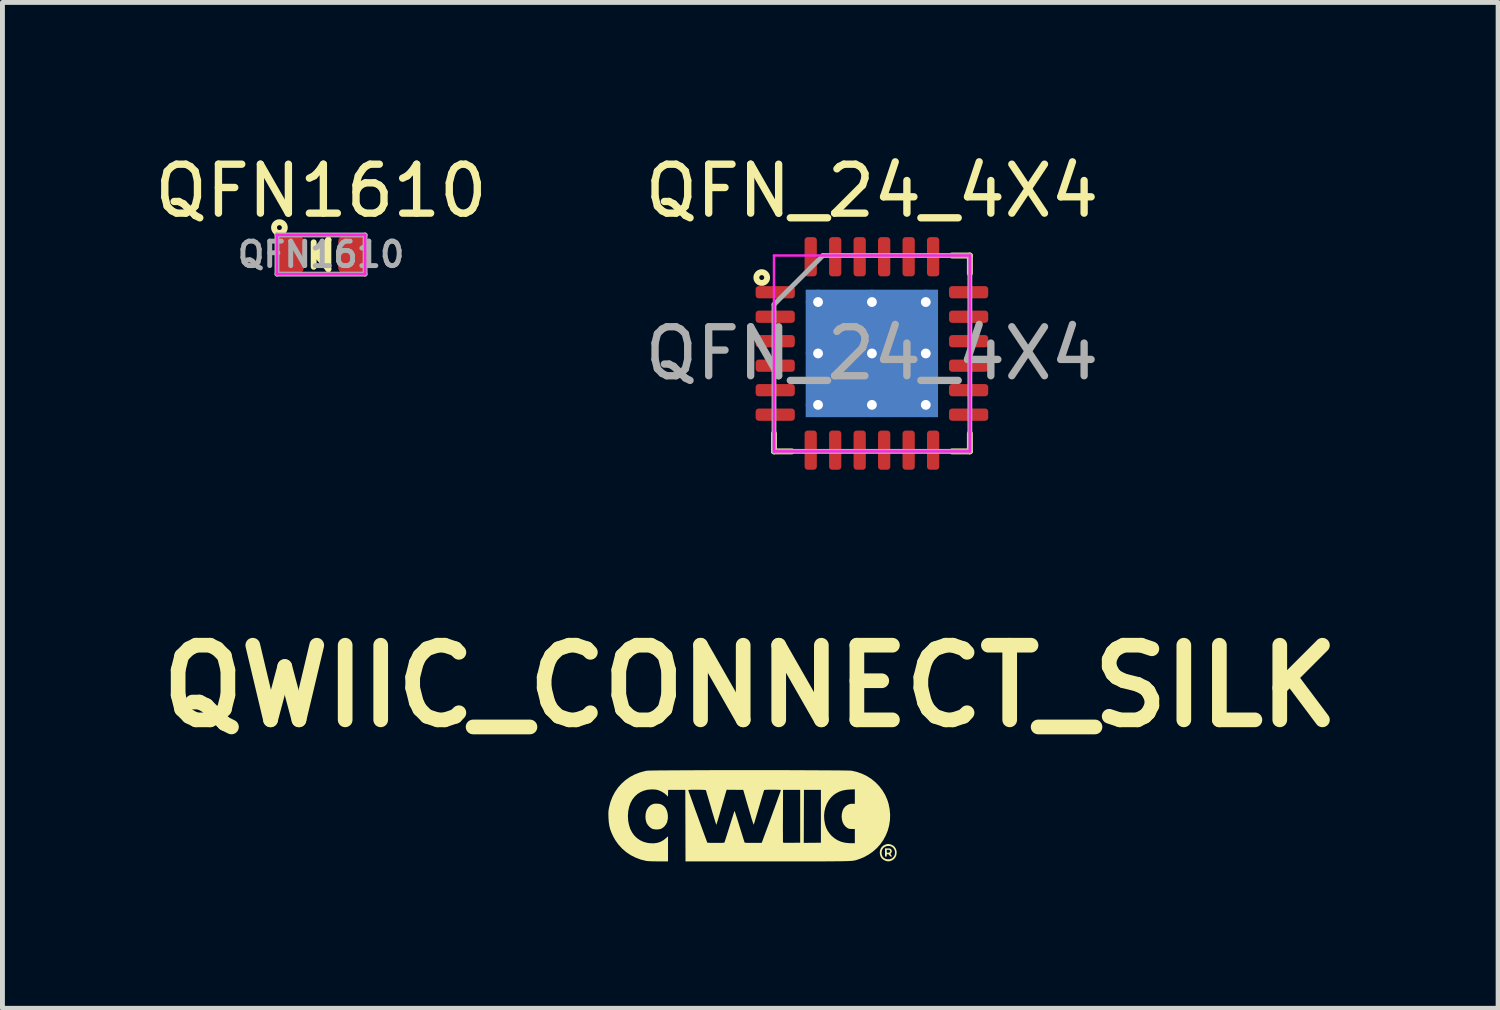
<source format=kicad_pcb>
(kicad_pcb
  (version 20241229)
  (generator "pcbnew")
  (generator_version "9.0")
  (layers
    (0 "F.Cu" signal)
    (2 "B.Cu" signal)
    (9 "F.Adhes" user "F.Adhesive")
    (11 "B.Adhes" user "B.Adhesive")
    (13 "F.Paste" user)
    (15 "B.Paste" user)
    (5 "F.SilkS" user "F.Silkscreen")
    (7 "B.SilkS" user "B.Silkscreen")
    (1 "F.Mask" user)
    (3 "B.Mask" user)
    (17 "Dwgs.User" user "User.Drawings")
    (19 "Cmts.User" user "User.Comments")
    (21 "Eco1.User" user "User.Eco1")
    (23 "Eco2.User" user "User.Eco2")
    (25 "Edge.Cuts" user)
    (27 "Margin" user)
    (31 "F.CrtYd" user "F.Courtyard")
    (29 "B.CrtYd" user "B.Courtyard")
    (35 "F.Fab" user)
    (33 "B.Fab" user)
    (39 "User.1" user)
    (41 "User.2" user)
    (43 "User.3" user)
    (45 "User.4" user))
  (footprint "QFN1610"
    (layer "F.Cu")
    (at 3.506 2.148)
    (property "Reference" "QFN1610" (at 0 -1.3 0) (unlocked yes) (layer "F.SilkS") (effects (font (size 1 1) (thickness 0.15))))
    (attr smd)
    (fp_line (start -0.15 -0.25) (end -0.15 0.25) (stroke (width 0.12) (type solid)) (layer "F.SilkS"))
    (fp_line (start -0.1 0) (end 0.15 0.3) (stroke (width 0.12) (type solid)) (layer "F.SilkS"))
    (fp_line (start 0 0.05) (end 0.1 0.1) (stroke (width 0.12) (type solid)) (layer "F.SilkS"))
    (fp_line (start 0.1 0.1) (end 0.05 -0.05) (stroke (width 0.12) (type solid)) (layer "F.SilkS"))
    (fp_line (start 0.15 -0.3) (end -0.1 0) (stroke (width 0.12) (type solid)) (layer "F.SilkS"))
    (fp_line (start 0.15 -0.3) (end 0 0.05) (stroke (width 0.12) (type solid)) (layer "F.SilkS"))
    (fp_line (start 0.15 0.3) (end 0.15 -0.3) (stroke (width 0.12) (type solid)) (layer "F.SilkS"))
    (fp_circle (center -0.85 -0.55) (end -0.9 -0.55) (stroke (width 0.12) (type solid)) (fill no) (layer "F.SilkS"))
    (fp_line (start -0.9 -0.4) (end 0.9 -0.4) (stroke (width 0.05) (type solid)) (layer "F.CrtYd"))
    (fp_line (start -0.9 0.4) (end -0.9 -0.4) (stroke (width 0.05) (type solid)) (layer "F.CrtYd"))
    (fp_line (start 0.9 -0.4) (end 0.9 0.4) (stroke (width 0.05) (type solid)) (layer "F.CrtYd"))
    (fp_line (start 0.9 0.4) (end -0.9 0.4) (stroke (width 0.05) (type solid)) (layer "F.CrtYd"))
    (fp_line (start -0.9 -0.4) (end 0.9 -0.4) (stroke (width 0.1) (type solid)) (layer "F.Fab"))
    (fp_line (start -0.9 0.4) (end -0.9 -0.4) (stroke (width 0.1) (type solid)) (layer "F.Fab"))
    (fp_line (start 0.9 -0.4) (end 0.9 0.4) (stroke (width 0.1) (type solid)) (layer "F.Fab"))
    (fp_line (start 0.9 0.4) (end -0.9 0.4) (stroke (width 0.1) (type solid)) (layer "F.Fab"))
    (fp_text user "${REFERENCE}" (at 0 0 0) (unlocked yes) (layer "F.Fab") (effects (font (size 0.5 0.5) (thickness 0.1))))
    (pad "1" smd roundrect (at -0.625 0) (size 0.55 0.8) (layers "F.Cu" "F.Mask" "F.Paste") (roundrect_rratio 0.25))
    (pad "2" smd roundrect (at 0.625 0) (size 0.55 0.8) (layers "F.Cu" "F.Mask" "F.Paste") (roundrect_rratio 0.25)))
  (footprint "QFN_24_4X4"
    (layer "F.Cu")
    (at 14.756 4.168)
    (property "Reference" "QFN_24_4X4" (at 0 -3.32 0) (layer "F.SilkS") (effects (font (size 1 1) (thickness 0.15))))
    (attr smd)
    (fp_line (start -2 2) (end -2 1.635) (stroke (width 0.12) (type solid)) (layer "F.SilkS"))
    (fp_line (start -1.635 2) (end -2 2) (stroke (width 0.12) (type solid)) (layer "F.SilkS"))
    (fp_line (start 1.635 -2) (end 2 -2) (stroke (width 0.12) (type solid)) (layer "F.SilkS"))
    (fp_line (start 1.635 2) (end 2 2) (stroke (width 0.12) (type solid)) (layer "F.SilkS"))
    (fp_line (start 2 -2) (end 2 -1.635) (stroke (width 0.12) (type solid)) (layer "F.SilkS"))
    (fp_line (start 2 2) (end 2 1.635) (stroke (width 0.12) (type solid)) (layer "F.SilkS"))
    (fp_circle (center -2.25 -1.55) (end -2.2 -1.55) (stroke (width 0.12) (type solid)) (fill no) (layer "F.SilkS"))
    (fp_line (start -2 -2) (end -2 2) (stroke (width 0.05) (type solid)) (layer "F.CrtYd"))
    (fp_line (start -2 2) (end 2 2) (stroke (width 0.05) (type solid)) (layer "F.CrtYd"))
    (fp_line (start 2 -2) (end -2 -2) (stroke (width 0.05) (type solid)) (layer "F.CrtYd"))
    (fp_line (start 2 2) (end 2 -2) (stroke (width 0.05) (type solid)) (layer "F.CrtYd"))
    (fp_line (start -2 -1) (end -1 -2) (stroke (width 0.1) (type solid)) (layer "F.Fab"))
    (fp_line (start -2 2) (end -2 -1) (stroke (width 0.1) (type solid)) (layer "F.Fab"))
    (fp_line (start -1 -2) (end 2 -2) (stroke (width 0.1) (type solid)) (layer "F.Fab"))
    (fp_line (start 2 -2) (end 2 2) (stroke (width 0.1) (type solid)) (layer "F.Fab"))
    (fp_line (start 2 2) (end -2 2) (stroke (width 0.1) (type solid)) (layer "F.Fab"))
    (fp_text user "${REFERENCE}" (at 0 0 0) (layer "F.Fab") (effects (font (size 1 1) (thickness 0.15))))
    (pad "" smd roundrect (at -0.675 -0.65) (size 1.17 1.13) (layers "F.Paste") (roundrect_rratio 0.221))
    (pad "" smd roundrect (at -0.675 0.65) (size 1.17 1.13) (layers "F.Paste") (roundrect_rratio 0.221))
    (pad "" smd roundrect (at 0.675 -0.65) (size 1.17 1.13) (layers "F.Paste") (roundrect_rratio 0.221))
    (pad "" smd roundrect (at 0.675 0.65) (size 1.17 1.13) (layers "F.Paste") (roundrect_rratio 0.221))
    (pad "1" smd roundrect (at -1.975 -1.25) (size 0.8 0.25) (layers "F.Cu" "F.Mask" "F.Paste") (roundrect_rratio 0.25))
    (pad "2" smd roundrect (at -1.975 -0.75) (size 0.8 0.25) (layers "F.Cu" "F.Mask" "F.Paste") (roundrect_rratio 0.25))
    (pad "3" smd roundrect (at -1.975 -0.25) (size 0.8 0.25) (layers "F.Cu" "F.Mask" "F.Paste") (roundrect_rratio 0.25))
    (pad "4" smd roundrect (at -1.975 0.25) (size 0.8 0.25) (layers "F.Cu" "F.Mask" "F.Paste") (roundrect_rratio 0.25))
    (pad "5" smd roundrect (at -1.975 0.75) (size 0.8 0.25) (layers "F.Cu" "F.Mask" "F.Paste") (roundrect_rratio 0.25))
    (pad "6" smd roundrect (at -1.975 1.25) (size 0.8 0.25) (layers "F.Cu" "F.Mask" "F.Paste") (roundrect_rratio 0.25))
    (pad "7" smd roundrect (at -1.25 1.975) (size 0.25 0.8) (layers "F.Cu" "F.Mask" "F.Paste") (roundrect_rratio 0.25))
    (pad "8" smd roundrect (at -0.75 1.975) (size 0.25 0.8) (layers "F.Cu" "F.Mask" "F.Paste") (roundrect_rratio 0.25))
    (pad "9" smd roundrect (at -0.25 1.975) (size 0.25 0.8) (layers "F.Cu" "F.Mask" "F.Paste") (roundrect_rratio 0.25))
    (pad "10" smd roundrect (at 0.25 1.975) (size 0.25 0.8) (layers "F.Cu" "F.Mask" "F.Paste") (roundrect_rratio 0.25))
    (pad "11" smd roundrect (at 0.75 1.975) (size 0.25 0.8) (layers "F.Cu" "F.Mask" "F.Paste") (roundrect_rratio 0.25))
    (pad "12" smd roundrect (at 1.25 1.975) (size 0.25 0.8) (layers "F.Cu" "F.Mask" "F.Paste") (roundrect_rratio 0.25))
    (pad "13" smd roundrect (at 1.975 1.25) (size 0.8 0.25) (layers "F.Cu" "F.Mask" "F.Paste") (roundrect_rratio 0.25))
    (pad "14" smd roundrect (at 1.975 0.75) (size 0.8 0.25) (layers "F.Cu" "F.Mask" "F.Paste") (roundrect_rratio 0.25))
    (pad "15" smd roundrect (at 1.975 0.25) (size 0.8 0.25) (layers "F.Cu" "F.Mask" "F.Paste") (roundrect_rratio 0.25))
    (pad "16" smd roundrect (at 1.975 -0.25) (size 0.8 0.25) (layers "F.Cu" "F.Mask" "F.Paste") (roundrect_rratio 0.25))
    (pad "17" smd roundrect (at 1.975 -0.75) (size 0.8 0.25) (layers "F.Cu" "F.Mask" "F.Paste") (roundrect_rratio 0.25))
    (pad "18" smd roundrect (at 1.975 -1.25) (size 0.8 0.25) (layers "F.Cu" "F.Mask" "F.Paste") (roundrect_rratio 0.25))
    (pad "19" smd roundrect (at 1.25 -1.975) (size 0.25 0.8) (layers "F.Cu" "F.Mask" "F.Paste") (roundrect_rratio 0.25))
    (pad "20" smd roundrect (at 0.75 -1.975) (size 0.25 0.8) (layers "F.Cu" "F.Mask" "F.Paste") (roundrect_rratio 0.25))
    (pad "21" smd roundrect (at 0.25 -1.975) (size 0.25 0.8) (layers "F.Cu" "F.Mask" "F.Paste") (roundrect_rratio 0.25))
    (pad "22" smd roundrect (at -0.25 -1.975) (size 0.25 0.8) (layers "F.Cu" "F.Mask" "F.Paste") (roundrect_rratio 0.25))
    (pad "23" smd roundrect (at -0.75 -1.975) (size 0.25 0.8) (layers "F.Cu" "F.Mask" "F.Paste") (roundrect_rratio 0.25))
    (pad "24" smd roundrect (at -1.25 -1.975) (size 0.25 0.8) (layers "F.Cu" "F.Mask" "F.Paste") (roundrect_rratio 0.25))
    (pad "25" thru_hole circle (at -1.1 -1.05) (size 0.5 0.5) (drill 0.2) (layers "*.Cu"))
    (pad "25" thru_hole circle (at -1.1 0) (size 0.5 0.5) (drill 0.2) (layers "*.Cu"))
    (pad "25" thru_hole circle (at -1.1 1.05) (size 0.5 0.5) (drill 0.2) (layers "*.Cu"))
    (pad "25" thru_hole circle (at 0 -1.05) (size 0.5 0.5) (drill 0.2) (layers "*.Cu"))
    (pad "25" thru_hole circle (at 0 0) (size 0.5 0.5) (drill 0.2) (layers "*.Cu"))
    (pad "25" smd rect (at 0 0) (size 2.7 2.6) (layers "F.Cu" "F.Mask"))
    (pad "25" smd rect (at 0 0) (size 2.7 2.6) (layers "B.Cu"))
    (pad "25" thru_hole circle (at 0 1.05) (size 0.5 0.5) (drill 0.2) (layers "*.Cu"))
    (pad "25" thru_hole circle (at 1.1 -1.05) (size 0.5 0.5) (drill 0.2) (layers "*.Cu"))
    (pad "25" thru_hole circle (at 1.1 0) (size 0.5 0.5) (drill 0.2) (layers "*.Cu"))
    (pad "25" thru_hole circle (at 1.1 1.05) (size 0.5 0.5) (drill 0.2) (layers "*.Cu")))
  (footprint "QWIIC_CONNECT_SILK"
    (layer "F.Cu")
    (at 12.272 13.561)
    (property "Reference" "QWIIC_CONNECT_SILK" (at 0 -2.6 0) (layer "F.SilkS") (effects (font (size 1.524 1.524) (thickness 0.3))))
    (attr board_only exclude_from_pos_files exclude_from_bom)
    (fp_poly (pts (xy -1.863 -0.196) (xy -1.823 -0.186) (xy -1.788 -0.167) (xy -1.762 -0.147) (xy -1.73 -0.111) (xy -1.707 -0.065) (xy -1.69 -0.012) (xy -1.683 0.044) (xy -1.683 0.102) (xy -1.694 0.159) (xy -1.702 0.187) (xy -1.722 0.224) (xy -1.749 0.26) (xy -1.782 0.29) (xy -1.817 0.312) (xy -1.83 0.317) (xy -1.867 0.325) (xy -1.91 0.328) (xy -1.953 0.326) (xy -1.991 0.318) (xy -1.995 0.317) (xy -2.027 0.3) (xy -2.059 0.274) (xy -2.089 0.241) (xy -2.112 0.206) (xy -2.12 0.187) (xy -2.136 0.13) (xy -2.141 0.069) (xy -2.137 0.008) (xy -2.123 -0.048) (xy -2.11 -0.078) (xy -2.082 -0.123) (xy -2.047 -0.158) (xy -2.011 -0.18) (xy -1.988 -0.19) (xy -1.967 -0.196) (xy -1.943 -0.199) (xy -1.911 -0.199)) (stroke (width 0) (type solid)) (fill yes) (layer "F.SilkS"))
    (fp_poly (pts (xy 2.832 0.715) (xy 2.851 0.717) (xy 2.863 0.722) (xy 2.873 0.73) (xy 2.874 0.731) (xy 2.889 0.754) (xy 2.89 0.78) (xy 2.878 0.806) (xy 2.877 0.808) (xy 2.862 0.826) (xy 2.877 0.85) (xy 2.888 0.868) (xy 2.89 0.878) (xy 2.885 0.882) (xy 2.875 0.882) (xy 2.858 0.877) (xy 2.843 0.859) (xy 2.842 0.858) (xy 2.829 0.841) (xy 2.815 0.834) (xy 2.807 0.833) (xy 2.793 0.835) (xy 2.788 0.842) (xy 2.786 0.858) (xy 2.785 0.874) (xy 2.779 0.881) (xy 2.769 0.882) (xy 2.751 0.882) (xy 2.751 0.769) (xy 2.786 0.769) (xy 2.788 0.787) (xy 2.79 0.799) (xy 2.791 0.8) (xy 2.804 0.805) (xy 2.825 0.802) (xy 2.838 0.798) (xy 2.853 0.787) (xy 2.856 0.775) (xy 2.852 0.756) (xy 2.837 0.745) (xy 2.813 0.742) (xy 2.796 0.743) (xy 2.788 0.748) (xy 2.786 0.762) (xy 2.786 0.769) (xy 2.751 0.769) (xy 2.751 0.714) (xy 2.804 0.714)) (stroke (width 0) (type solid)) (fill yes) (layer "F.SilkS"))
    (fp_poly (pts (xy 2.841 0.627) (xy 2.87 0.634) (xy 2.914 0.654) (xy 2.948 0.684) (xy 2.973 0.722) (xy 2.987 0.768) (xy 2.989 0.8) (xy 2.983 0.851) (xy 2.965 0.894) (xy 2.937 0.931) (xy 2.899 0.957) (xy 2.868 0.97) (xy 2.836 0.978) (xy 2.81 0.979) (xy 2.783 0.974) (xy 2.76 0.967) (xy 2.718 0.946) (xy 2.685 0.917) (xy 2.662 0.882) (xy 2.649 0.842) (xy 2.645 0.807) (xy 2.681 0.807) (xy 2.687 0.846) (xy 2.702 0.881) (xy 2.721 0.904) (xy 2.756 0.926) (xy 2.797 0.937) (xy 2.84 0.937) (xy 2.881 0.924) (xy 2.885 0.922) (xy 2.918 0.897) (xy 2.941 0.866) (xy 2.953 0.83) (xy 2.956 0.792) (xy 2.949 0.754) (xy 2.931 0.72) (xy 2.904 0.691) (xy 2.883 0.678) (xy 2.844 0.666) (xy 2.803 0.665) (xy 2.763 0.676) (xy 2.728 0.697) (xy 2.701 0.727) (xy 2.699 0.732) (xy 2.685 0.767) (xy 2.681 0.807) (xy 2.645 0.807) (xy 2.644 0.801) (xy 2.649 0.76) (xy 2.663 0.72) (xy 2.686 0.685) (xy 2.718 0.657) (xy 2.759 0.636) (xy 2.766 0.634) (xy 2.796 0.626) (xy 2.818 0.624)) (stroke (width 0) (type solid)) (fill yes) (layer "F.SilkS"))
    (fp_poly (pts (xy 0.065 -0.883) (xy 0.214 -0.883) (xy 0.363 -0.883) (xy 0.509 -0.883) (xy 0.654 -0.883) (xy 0.795 -0.883) (xy 0.932 -0.882) (xy 1.065 -0.882) (xy 1.193 -0.881) (xy 1.314 -0.881) (xy 1.43 -0.88) (xy 1.537 -0.88) (xy 1.637 -0.879) (xy 1.729 -0.878) (xy 1.811 -0.878) (xy 1.883 -0.877) (xy 1.944 -0.876) (xy 1.995 -0.875) (xy 2.033 -0.874) (xy 2.058 -0.873) (xy 2.069 -0.872) (xy 2.178 -0.847) (xy 2.283 -0.81) (xy 2.382 -0.762) (xy 2.474 -0.703) (xy 2.558 -0.634) (xy 2.633 -0.556) (xy 2.699 -0.47) (xy 2.755 -0.376) (xy 2.799 -0.276) (xy 2.825 -0.192) (xy 2.847 -0.08) (xy 2.856 0.032) (xy 2.852 0.141) (xy 2.835 0.248) (xy 2.807 0.352) (xy 2.767 0.45) (xy 2.716 0.544) (xy 2.655 0.631) (xy 2.583 0.71) (xy 2.502 0.782) (xy 2.412 0.844) (xy 2.314 0.897) (xy 2.217 0.935) (xy 2.203 0.94) (xy 2.19 0.944) (xy 2.178 0.948) (xy 2.167 0.952) (xy 2.155 0.955) (xy 2.142 0.959) (xy 2.128 0.962) (xy 2.112 0.964) (xy 2.094 0.967) (xy 2.073 0.969) (xy 2.048 0.971) (xy 2.019 0.972) (xy 1.985 0.974) (xy 1.947 0.975) (xy 1.902 0.976) (xy 1.851 0.977) (xy 1.794 0.978) (xy 1.729 0.978) (xy 1.656 0.979) (xy 1.575 0.979) (xy 1.484 0.98) (xy 1.384 0.98) (xy 1.274 0.98) (xy 1.153 0.98) (xy 1.022 0.98) (xy 0.878 0.98) (xy 0.722 0.98) (xy 0.553 0.98) (xy 0.371 0.98) (xy -1.323 0.98) (xy -1.324 0.602) (xy 1.092 0.602) (xy 1.267 0.6) (xy 1.442 0.599) (xy 1.442 0.043) (xy 1.507 0.043) (xy 1.511 0.129) (xy 1.512 0.135) (xy 1.526 0.218) (xy 1.549 0.292) (xy 1.582 0.358) (xy 1.625 0.418) (xy 1.662 0.459) (xy 1.722 0.51) (xy 1.787 0.55) (xy 1.858 0.58) (xy 1.936 0.599) (xy 2.023 0.608) (xy 2.057 0.608) (xy 2.135 0.609) (xy 2.135 0.319) (xy 2.078 0.318) (xy 2.044 0.317) (xy 2.019 0.314) (xy 1.999 0.307) (xy 1.99 0.303) (xy 1.948 0.272) (xy 1.913 0.232) (xy 1.888 0.184) (xy 1.872 0.128) (xy 1.866 0.067) (xy 1.869 0.013) (xy 1.883 -0.048) (xy 1.905 -0.098) (xy 1.937 -0.138) (xy 1.978 -0.168) (xy 1.99 -0.175) (xy 2.017 -0.187) (xy 2.04 -0.193) (xy 2.067 -0.196) (xy 2.084 -0.196) (xy 2.135 -0.196) (xy 2.135 -0.492) (xy 2.039 -0.488) (xy 1.955 -0.481) (xy 1.88 -0.466) (xy 1.812 -0.442) (xy 1.749 -0.408) (xy 1.705 -0.378) (xy 1.65 -0.327) (xy 1.602 -0.266) (xy 1.563 -0.197) (xy 1.534 -0.121) (xy 1.515 -0.041) (xy 1.507 0.043) (xy 1.442 0.043) (xy 1.442 -0.48) (xy 1.096 -0.48) (xy 1.094 0.061) (xy 1.092 0.602) (xy -1.324 0.602) (xy -1.325 0.25) (xy -1.327 -0.477) (xy -1.267 -0.477) (xy -1.265 -0.469) (xy -1.258 -0.45) (xy -1.248 -0.42) (xy -1.233 -0.38) (xy -1.216 -0.333) (xy -1.196 -0.277) (xy -1.174 -0.216) (xy -1.151 -0.151) (xy -1.126 -0.081) (xy -1.1 -0.01) (xy -1.073 0.063) (xy -1.047 0.136) (xy -1.021 0.207) (xy -0.996 0.276) (xy -0.972 0.342) (xy -0.95 0.402) (xy -0.93 0.457) (xy -0.912 0.504) (xy -0.898 0.543) (xy -0.887 0.572) (xy -0.88 0.591) (xy -0.878 0.597) (xy -0.87 0.598) (xy -0.85 0.6) (xy -0.82 0.601) (xy -0.783 0.602) (xy -0.738 0.602) (xy -0.703 0.602) (xy -0.65 0.602) (xy -0.609 0.602) (xy -0.578 0.601) (xy -0.556 0.6) (xy -0.542 0.598) (xy -0.533 0.596) (xy -0.528 0.593) (xy -0.526 0.59) (xy -0.523 0.581) (xy -0.516 0.56) (xy -0.506 0.528) (xy -0.493 0.487) (xy -0.477 0.439) (xy -0.46 0.383) (xy -0.441 0.323) (xy -0.423 0.266) (xy -0.404 0.203) (xy -0.385 0.143) (xy -0.368 0.09) (xy -0.353 0.043) (xy -0.341 0.004) (xy -0.331 -0.026) (xy -0.325 -0.044) (xy -0.322 -0.051) (xy -0.32 -0.045) (xy -0.313 -0.028) (xy -0.303 0.001) (xy -0.291 0.039) (xy -0.276 0.085) (xy -0.259 0.138) (xy -0.24 0.197) (xy -0.221 0.261) (xy -0.221 0.261) (xy -0.201 0.325) (xy -0.182 0.385) (xy -0.165 0.441) (xy -0.15 0.489) (xy -0.137 0.53) (xy -0.127 0.561) (xy -0.121 0.581) (xy -0.118 0.59) (xy -0.115 0.594) (xy -0.109 0.597) (xy -0.099 0.599) (xy -0.083 0.6) (xy -0.059 0.601) (xy -0.026 0.602) (xy 0.018 0.602) (xy 0.06 0.602) (xy 0.231 0.602) (xy 0.239 0.586) (xy 0.244 0.574) (xy 0.253 0.55) (xy 0.265 0.516) (xy 0.281 0.473) (xy 0.3 0.422) (xy 0.321 0.365) (xy 0.344 0.302) (xy 0.347 0.295) (xy 0.666 0.295) (xy 0.666 0.365) (xy 0.667 0.428) (xy 0.667 0.482) (xy 0.667 0.527) (xy 0.667 0.561) (xy 0.668 0.583) (xy 0.668 0.593) (xy 0.668 0.593) (xy 0.673 0.596) (xy 0.683 0.598) (xy 0.702 0.6) (xy 0.73 0.601) (xy 0.77 0.601) (xy 0.821 0.601) (xy 0.845 0.6) (xy 1.019 0.599) (xy 1.019 -0.48) (xy 0.669 -0.48) (xy 0.667 0.053) (xy 0.667 0.138) (xy 0.666 0.219) (xy 0.666 0.295) (xy 0.347 0.295) (xy 0.369 0.235) (xy 0.395 0.165) (xy 0.421 0.093) (xy 0.447 0.021) (xy 0.473 -0.052) (xy 0.499 -0.122) (xy 0.523 -0.189) (xy 0.546 -0.252) (xy 0.566 -0.31) (xy 0.585 -0.361) (xy 0.6 -0.404) (xy 0.612 -0.439) (xy 0.621 -0.463) (xy 0.625 -0.476) (xy 0.625 -0.478) (xy 0.618 -0.479) (xy 0.598 -0.481) (xy 0.568 -0.482) (xy 0.531 -0.483) (xy 0.487 -0.483) (xy 0.455 -0.483) (xy 0.402 -0.483) (xy 0.361 -0.483) (xy 0.332 -0.482) (xy 0.311 -0.481) (xy 0.297 -0.48) (xy 0.288 -0.477) (xy 0.284 -0.474) (xy 0.281 -0.47) (xy 0.28 -0.467) (xy 0.277 -0.458) (xy 0.27 -0.436) (xy 0.26 -0.403) (xy 0.247 -0.362) (xy 0.232 -0.312) (xy 0.215 -0.255) (xy 0.197 -0.193) (xy 0.178 -0.127) (xy 0.174 -0.116) (xy 0.155 -0.049) (xy 0.136 0.013) (xy 0.119 0.07) (xy 0.104 0.12) (xy 0.092 0.163) (xy 0.081 0.196) (xy 0.074 0.218) (xy 0.071 0.229) (xy 0.07 0.23) (xy 0.067 0.226) (xy 0.061 0.21) (xy 0.051 0.183) (xy 0.04 0.147) (xy 0.026 0.104) (xy 0.011 0.054) (xy 0.011 0.051) (xy -0.007 -0.01) (xy -0.027 -0.079) (xy -0.048 -0.15) (xy -0.068 -0.219) (xy -0.087 -0.282) (xy -0.094 -0.308) (xy -0.144 -0.48) (xy -0.482 -0.483) (xy -0.496 -0.439) (xy -0.5 -0.424) (xy -0.509 -0.396) (xy -0.52 -0.358) (xy -0.533 -0.311) (xy -0.549 -0.258) (xy -0.566 -0.198) (xy -0.584 -0.135) (xy -0.599 -0.084) (xy -0.617 -0.02) (xy -0.634 0.039) (xy -0.65 0.093) (xy -0.664 0.14) (xy -0.676 0.179) (xy -0.685 0.208) (xy -0.69 0.227) (xy -0.693 0.233) (xy -0.695 0.227) (xy -0.702 0.209) (xy -0.711 0.181) (xy -0.723 0.142) (xy -0.738 0.095) (xy -0.754 0.041) (xy -0.773 -0.02) (xy -0.792 -0.085) (xy -0.8 -0.114) (xy -0.82 -0.182) (xy -0.839 -0.245) (xy -0.856 -0.304) (xy -0.872 -0.356) (xy -0.885 -0.4) (xy -0.895 -0.435) (xy -0.902 -0.46) (xy -0.906 -0.473) (xy -0.907 -0.474) (xy -0.914 -0.477) (xy -0.933 -0.479) (xy -0.962 -0.481) (xy -0.997 -0.482) (xy -1.037 -0.483) (xy -1.08 -0.483) (xy -1.124 -0.484) (xy -1.165 -0.483) (xy -1.202 -0.483) (xy -1.233 -0.481) (xy -1.255 -0.48) (xy -1.266 -0.477) (xy -1.267 -0.477) (xy -1.327 -0.477) (xy -1.327 -0.48) (xy -1.677 -0.48) (xy -1.679 -0.411) (xy -1.681 -0.343) (xy -1.72 -0.382) (xy -1.758 -0.413) (xy -1.805 -0.442) (xy -1.855 -0.465) (xy -1.903 -0.481) (xy -1.91 -0.482) (xy -1.935 -0.486) (xy -1.967 -0.489) (xy -2.002 -0.49) (xy -2.01 -0.49) (xy -2.094 -0.484) (xy -2.171 -0.465) (xy -2.242 -0.435) (xy -2.306 -0.394) (xy -2.361 -0.343) (xy -2.408 -0.283) (xy -2.446 -0.213) (xy -2.474 -0.135) (xy -2.492 -0.049) (xy -2.499 0.043) (xy -2.499 0.056) (xy -2.494 0.15) (xy -2.477 0.237) (xy -2.451 0.317) (xy -2.414 0.389) (xy -2.368 0.452) (xy -2.313 0.505) (xy -2.251 0.548) (xy -2.18 0.581) (xy -2.102 0.602) (xy -2.058 0.608) (xy -1.977 0.611) (xy -1.903 0.602) (xy -1.835 0.581) (xy -1.774 0.547) (xy -1.723 0.507) (xy -1.68 0.468) (xy -1.68 0.98) (xy -1.878 0.98) (xy -1.951 0.979) (xy -2.013 0.978) (xy -2.063 0.976) (xy -2.102 0.973) (xy -2.125 0.97) (xy -2.237 0.943) (xy -2.343 0.903) (xy -2.443 0.852) (xy -2.535 0.79) (xy -2.619 0.717) (xy -2.694 0.635) (xy -2.759 0.543) (xy -2.802 0.465) (xy -2.835 0.393) (xy -2.86 0.326) (xy -2.878 0.258) (xy -2.889 0.186) (xy -2.895 0.106) (xy -2.896 0.08) (xy -2.898 0.033) (xy -2.898 -0.005) (xy -2.897 -0.036) (xy -2.894 -0.064) (xy -2.889 -0.093) (xy -2.885 -0.117) (xy -2.857 -0.23) (xy -2.816 -0.336) (xy -2.765 -0.434) (xy -2.703 -0.525) (xy -2.63 -0.607) (xy -2.549 -0.68) (xy -2.459 -0.743) (xy -2.361 -0.795) (xy -2.256 -0.836) (xy -2.145 -0.866) (xy -2.111 -0.872) (xy -2.097 -0.873) (xy -2.07 -0.874) (xy -2.03 -0.875) (xy -1.978 -0.876) (xy -1.915 -0.877) (xy -1.842 -0.878) (xy -1.758 -0.878) (xy -1.666 -0.879) (xy -1.564 -0.88) (xy -1.455 -0.88) (xy -1.339 -0.881) (xy -1.217 -0.881) (xy -1.088 -0.882) (xy -0.955 -0.882) (xy -0.817 -0.883) (xy -0.675 -0.883) (xy -0.531 -0.883) (xy -0.384 -0.883) (xy -0.235 -0.883) (xy -0.085 -0.883)) (stroke (width 0) (type solid)) (fill yes) (layer "F.SilkS")))
  (gr_rect
    (start -3 -3)
    (end 27.544 17.541)
    (stroke (width 0.1) (type default))
    (fill no)
    (layer "Edge.Cuts")))
</source>
